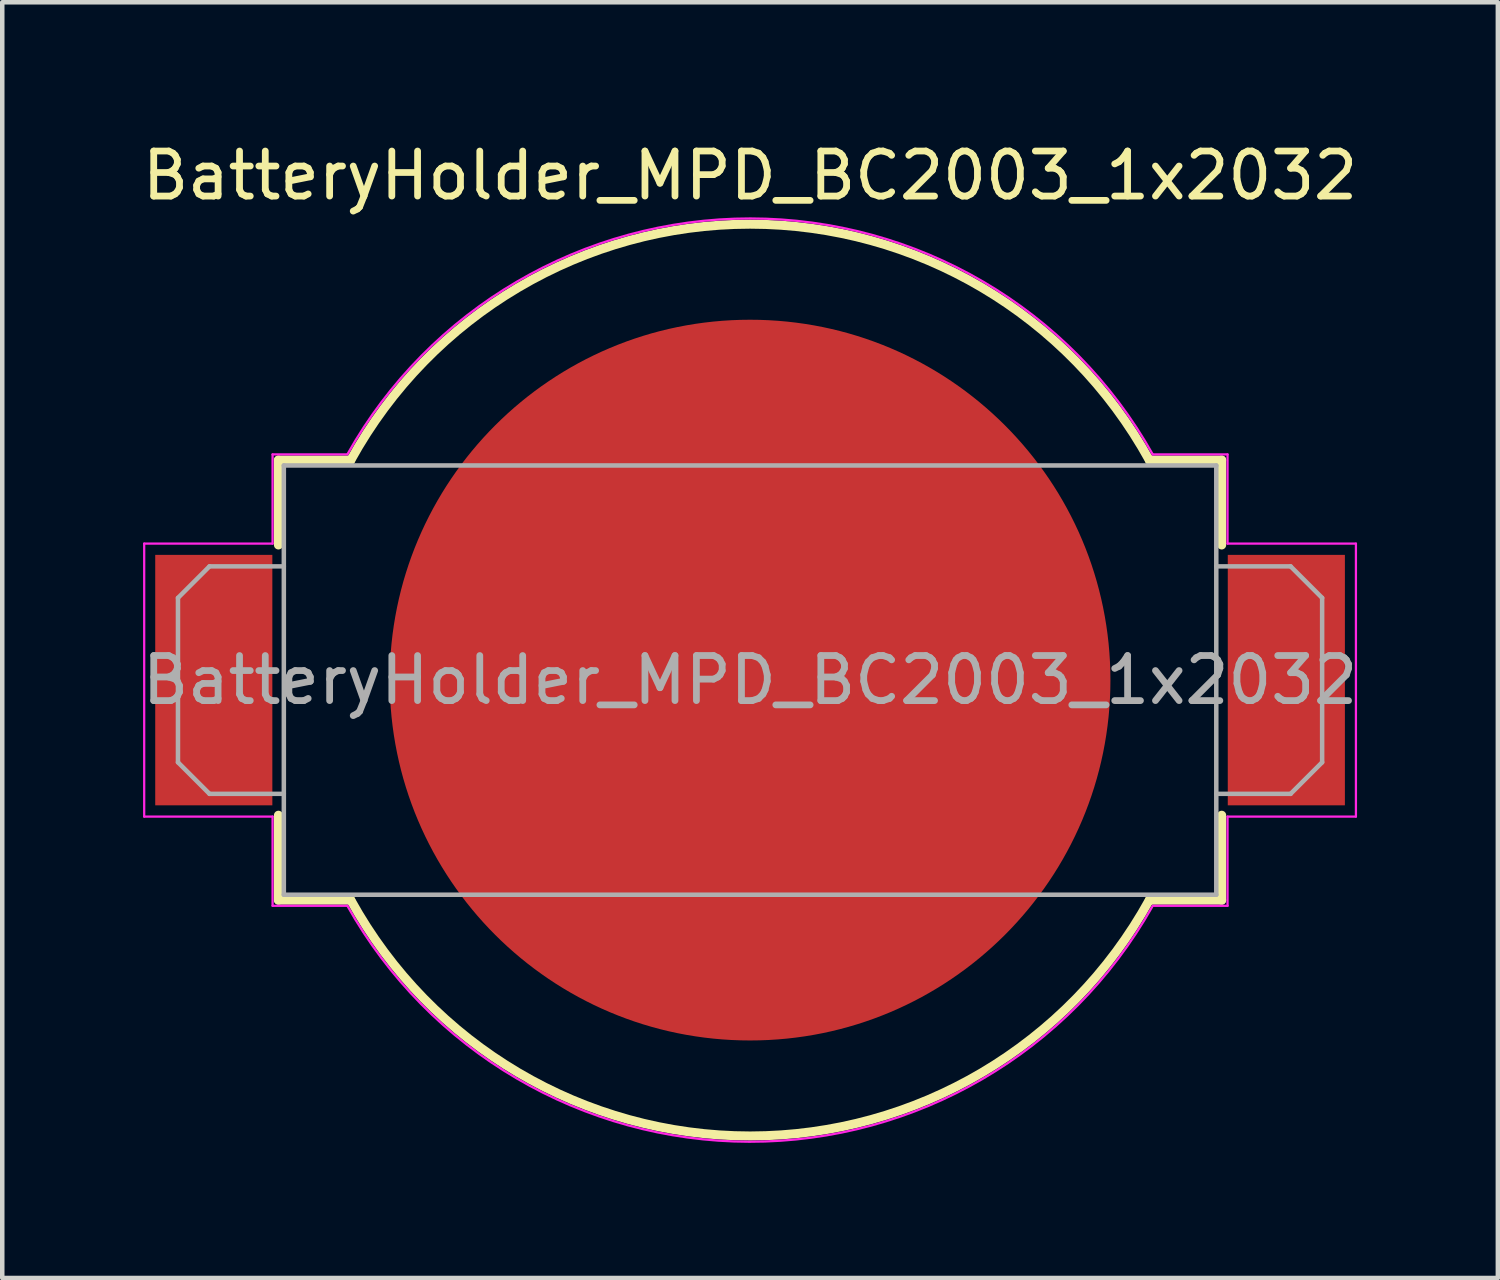
<source format=kicad_pcb>
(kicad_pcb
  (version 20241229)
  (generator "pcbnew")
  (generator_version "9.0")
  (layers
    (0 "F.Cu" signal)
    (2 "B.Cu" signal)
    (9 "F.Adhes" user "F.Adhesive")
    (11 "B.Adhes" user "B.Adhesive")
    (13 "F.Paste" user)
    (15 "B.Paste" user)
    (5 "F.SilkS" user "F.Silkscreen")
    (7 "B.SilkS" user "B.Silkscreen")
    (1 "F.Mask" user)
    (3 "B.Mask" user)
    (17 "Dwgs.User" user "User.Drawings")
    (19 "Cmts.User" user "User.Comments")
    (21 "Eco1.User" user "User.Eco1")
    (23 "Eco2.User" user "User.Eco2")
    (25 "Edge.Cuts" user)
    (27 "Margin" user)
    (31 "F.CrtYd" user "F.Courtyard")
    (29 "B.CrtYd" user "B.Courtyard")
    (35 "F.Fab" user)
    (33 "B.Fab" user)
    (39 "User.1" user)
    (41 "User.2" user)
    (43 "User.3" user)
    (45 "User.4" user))
  (footprint "BatteryHolder_MPD_BC2003_1x2032"
    (layer "F.Cu")
    (at 13.601 12.048)
    (property "Reference" "BatteryHolder_MPD_BC2003_1x2032" (at 0 -11.2 0) (layer "F.SilkS") (effects (font (size 1 1) (thickness 0.15))))
    (attr smd)
    (fp_line (start -10.47 -4.885) (end -8.863 -4.885) (stroke (width 0.2) (type solid)) (layer "F.SilkS"))
    (fp_line (start -10.47 -3) (end -10.47 -4.885) (stroke (width 0.2) (type solid)) (layer "F.SilkS"))
    (fp_line (start -10.47 3) (end -10.47 4.885) (stroke (width 0.2) (type solid)) (layer "F.SilkS"))
    (fp_line (start -10.47 4.885) (end -8.863 4.885) (stroke (width 0.2) (type solid)) (layer "F.SilkS"))
    (fp_line (start 10.47 -4.885) (end 8.863 -4.885) (stroke (width 0.2) (type solid)) (layer "F.SilkS"))
    (fp_line (start 10.47 -3) (end 10.47 -4.885) (stroke (width 0.2) (type solid)) (layer "F.SilkS"))
    (fp_line (start 10.47 3) (end 10.47 4.885) (stroke (width 0.2) (type solid)) (layer "F.SilkS"))
    (fp_line (start 10.47 4.885) (end 8.863 4.885) (stroke (width 0.2) (type solid)) (layer "F.SilkS"))
    (fp_arc (start -8.86291 -4.885) (mid 0 -10.121292) (end 8.86291 -4.885) (stroke (width 0.2) (type solid)) (layer "F.SilkS"))
    (fp_arc (start 8.865021 4.881168) (mid 0.002187 10.12) (end -8.86291 4.885) (stroke (width 0.2) (type solid)) (layer "F.SilkS"))
    (fp_line (start -13.45 -3.03) (end -13.45 3.03) (stroke (width 0.05) (type solid)) (layer "F.CrtYd"))
    (fp_line (start -13.45 3.03) (end -10.6 3.03) (stroke (width 0.05) (type solid)) (layer "F.CrtYd"))
    (fp_line (start -10.6 -5.01) (end -10.6 -3.03) (stroke (width 0.05) (type solid)) (layer "F.CrtYd"))
    (fp_line (start -10.6 -3.03) (end -13.45 -3.03) (stroke (width 0.05) (type solid)) (layer "F.CrtYd"))
    (fp_line (start -10.6 5.01) (end -10.6 3.03) (stroke (width 0.05) (type solid)) (layer "F.CrtYd"))
    (fp_line (start -10.6 5.01) (end -8.94 5.01) (stroke (width 0.05) (type solid)) (layer "F.CrtYd"))
    (fp_line (start -8.94 -5.01) (end -10.6 -5.01) (stroke (width 0.05) (type solid)) (layer "F.CrtYd"))
    (fp_line (start 8.94 -5.01) (end 10.6 -5.01) (stroke (width 0.05) (type solid)) (layer "F.CrtYd"))
    (fp_line (start 8.94 5.01) (end 10.6 5.01) (stroke (width 0.05) (type solid)) (layer "F.CrtYd"))
    (fp_line (start 10.6 -5.01) (end 10.6 -3.03) (stroke (width 0.05) (type solid)) (layer "F.CrtYd"))
    (fp_line (start 10.6 -3.03) (end 13.45 -3.03) (stroke (width 0.05) (type solid)) (layer "F.CrtYd"))
    (fp_line (start 10.6 3.03) (end 13.45 3.03) (stroke (width 0.05) (type solid)) (layer "F.CrtYd"))
    (fp_line (start 10.6 5.01) (end 10.6 3.03) (stroke (width 0.05) (type solid)) (layer "F.CrtYd"))
    (fp_line (start 13.45 -3.03) (end 13.45 3.03) (stroke (width 0.05) (type solid)) (layer "F.CrtYd"))
    (fp_arc (start -8.934116 -5.020486) (mid 0.006012 -10.248106) (end 8.94 -5.01) (stroke (width 0.05) (type solid)) (layer "F.CrtYd"))
    (fp_arc (start 8.92534 5.036071) (mid -0.014955 10.248096) (end -8.94 5.01) (stroke (width 0.05) (type solid)) (layer "F.CrtYd"))
    (fp_line (start -12.7 -1.825) (end -12.7 1.825) (stroke (width 0.1) (type solid)) (layer "F.Fab"))
    (fp_line (start -12.7 -1.825) (end -12 -2.525) (stroke (width 0.1) (type solid)) (layer "F.Fab"))
    (fp_line (start -12.7 1.825) (end -12 2.525) (stroke (width 0.1) (type solid)) (layer "F.Fab"))
    (fp_line (start -10.35 -4.765) (end 10.35 -4.765) (stroke (width 0.1) (type solid)) (layer "F.Fab"))
    (fp_line (start -10.35 -2.525) (end -12 -2.525) (stroke (width 0.1) (type solid)) (layer "F.Fab"))
    (fp_line (start -10.35 2.525) (end -12 2.525) (stroke (width 0.1) (type solid)) (layer "F.Fab"))
    (fp_line (start -10.35 4.765) (end -10.35 -4.765) (stroke (width 0.1) (type solid)) (layer "F.Fab"))
    (fp_line (start -10.35 4.765) (end 10.35 4.765) (stroke (width 0.1) (type solid)) (layer "F.Fab"))
    (fp_line (start 10.35 -2.525) (end 12 -2.525) (stroke (width 0.1) (type solid)) (layer "F.Fab"))
    (fp_line (start 10.35 2.525) (end 12 2.525) (stroke (width 0.1) (type solid)) (layer "F.Fab"))
    (fp_line (start 10.35 4.765) (end 10.35 -4.765) (stroke (width 0.1) (type solid)) (layer "F.Fab"))
    (fp_line (start 12.7 -1.825) (end 12 -2.525) (stroke (width 0.1) (type solid)) (layer "F.Fab"))
    (fp_line (start 12.7 -1.825) (end 12.7 1.825) (stroke (width 0.1) (type solid)) (layer "F.Fab"))
    (fp_line (start 12.7 1.825) (end 12 2.525) (stroke (width 0.1) (type solid)) (layer "F.Fab"))
    (fp_text user "${REFERENCE}" (at 0 0 0) (layer "F.Fab") (effects (font (size 1 1) (thickness 0.15))))
    (pad "" smd circle (at 0 0) (size 13 13) (layers "F.Cu" "F.Mask"))
    (pad "1" smd rect (at -11.905 0) (size 2.6 5.56) (layers "F.Cu" "F.Mask" "F.Paste"))
    (pad "1" smd rect (at 11.905 0) (size 2.6 5.56) (layers "F.Cu" "F.Mask" "F.Paste"))
    (pad "2" smd circle (at 0 0) (size 16 16) (layers "F.Cu")))
  (gr_rect
    (start -3 -3)
    (end 30.202 25.321)
    (stroke (width 0.1) (type default))
    (fill no)
    (layer "Edge.Cuts")))
</source>
